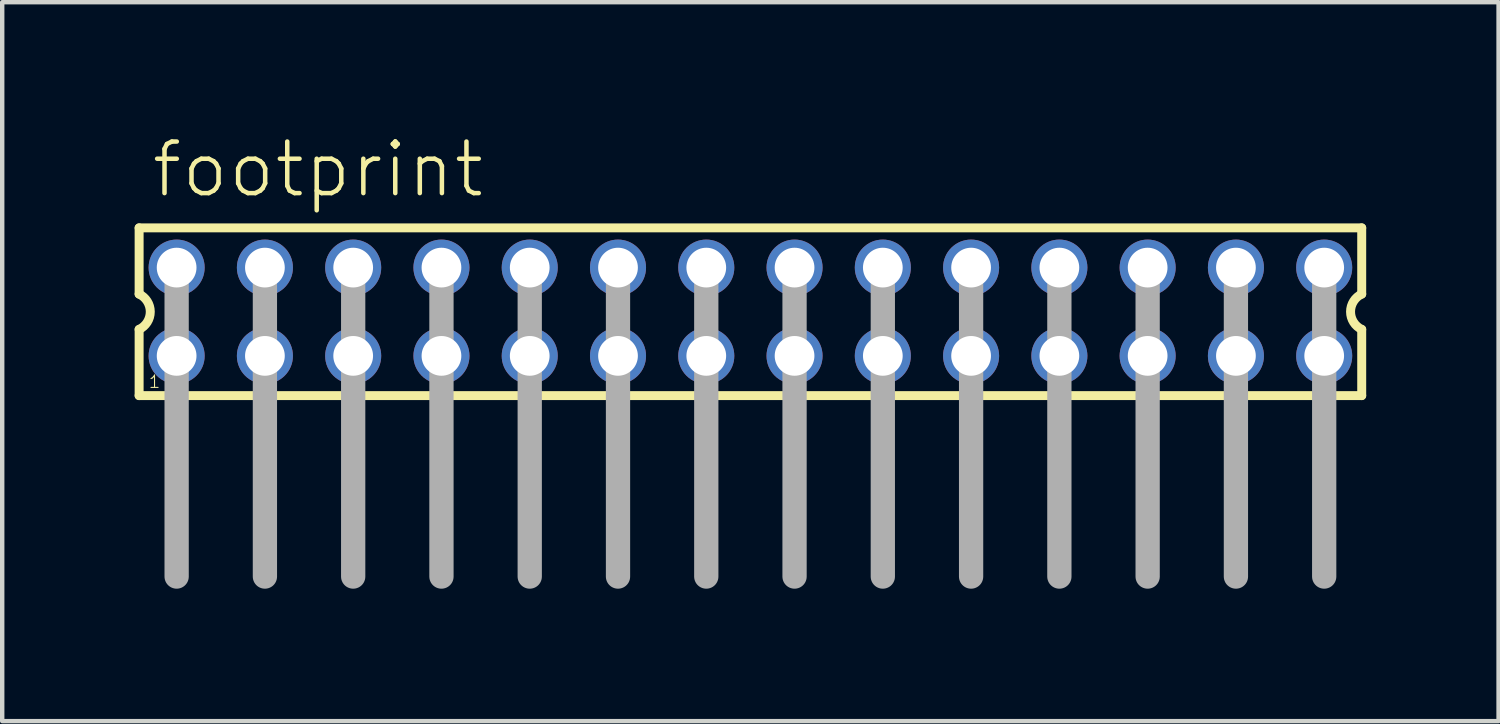
<source format=kicad_pcb>
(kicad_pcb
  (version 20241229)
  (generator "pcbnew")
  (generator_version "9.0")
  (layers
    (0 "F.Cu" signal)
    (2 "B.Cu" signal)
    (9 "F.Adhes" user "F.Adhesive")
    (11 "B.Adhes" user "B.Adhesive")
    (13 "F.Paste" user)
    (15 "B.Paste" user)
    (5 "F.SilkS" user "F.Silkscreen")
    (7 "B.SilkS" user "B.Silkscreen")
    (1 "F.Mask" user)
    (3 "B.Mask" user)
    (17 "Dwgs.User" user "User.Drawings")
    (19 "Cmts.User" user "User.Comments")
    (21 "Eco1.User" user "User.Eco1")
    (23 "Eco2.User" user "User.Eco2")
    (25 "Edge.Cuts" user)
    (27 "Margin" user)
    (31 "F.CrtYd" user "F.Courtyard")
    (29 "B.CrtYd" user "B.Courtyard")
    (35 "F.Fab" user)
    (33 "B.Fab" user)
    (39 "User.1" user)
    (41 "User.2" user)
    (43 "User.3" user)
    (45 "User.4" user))
  (footprint "footprint"
    (layer "F.Cu")
    (at 13.952 4.013)
    (property "Reference" "footprint" (at -13.62 -2.54 0) (layer "F.SilkS") (effects (font (size 1.168 1.168) (thickness 0.102)) (justify left bottom)))
    (fp_line (start -13.85 -1.9) (end -13.85 -0.4) (stroke (width 0.203) (type solid)) (layer "F.SilkS"))
    (fp_line (start -13.85 0.4) (end -13.85 1.9) (stroke (width 0.203) (type solid)) (layer "F.SilkS"))
    (fp_line (start -13.85 1.9) (end 13.85 1.9) (stroke (width 0.203) (type solid)) (layer "F.SilkS"))
    (fp_line (start 13.85 -1.9) (end -13.85 -1.9) (stroke (width 0.203) (type solid)) (layer "F.SilkS"))
    (fp_line (start 13.85 -0.4) (end 13.85 -1.9) (stroke (width 0.203) (type solid)) (layer "F.SilkS"))
    (fp_line (start 13.85 1.9) (end 13.85 0.4) (stroke (width 0.203) (type solid)) (layer "F.SilkS"))
    (fp_arc (start -13.85 -0.4) (mid -13.597167 0) (end -13.85 0.4) (stroke (width 0.2032) (type solid)) (layer "F.SilkS"))
    (fp_arc (start 13.85 0.4) (mid 13.597167 0) (end 13.85 -0.4) (stroke (width 0.2032) (type solid)) (layer "F.SilkS"))
    (fp_line (start -13 -1) (end -13 6) (stroke (width 0.55) (type solid)) (layer "F.Fab"))
    (fp_line (start -11 -1) (end -11 6) (stroke (width 0.55) (type solid)) (layer "F.Fab"))
    (fp_line (start -9 -1) (end -9 6) (stroke (width 0.55) (type solid)) (layer "F.Fab"))
    (fp_line (start -7 -1) (end -7 6) (stroke (width 0.55) (type solid)) (layer "F.Fab"))
    (fp_line (start -5 -1) (end -5 6) (stroke (width 0.55) (type solid)) (layer "F.Fab"))
    (fp_line (start -3 -1) (end -3 6) (stroke (width 0.55) (type solid)) (layer "F.Fab"))
    (fp_line (start -1 -1) (end -1 6) (stroke (width 0.55) (type solid)) (layer "F.Fab"))
    (fp_line (start 1 -1) (end 1 6) (stroke (width 0.55) (type solid)) (layer "F.Fab"))
    (fp_line (start 3 -1) (end 3 6) (stroke (width 0.55) (type solid)) (layer "F.Fab"))
    (fp_line (start 5 -1) (end 5 6) (stroke (width 0.55) (type solid)) (layer "F.Fab"))
    (fp_line (start 7 -1) (end 7 6) (stroke (width 0.55) (type solid)) (layer "F.Fab"))
    (fp_line (start 9 -1) (end 9 6) (stroke (width 0.55) (type solid)) (layer "F.Fab"))
    (fp_line (start 11 -1) (end 11 6) (stroke (width 0.55) (type solid)) (layer "F.Fab"))
    (fp_line (start 13 -1) (end 13 6) (stroke (width 0.55) (type solid)) (layer "F.Fab"))
    (fp_poly (pts (xy -13.25 -0.75) (xy -12.75 -0.75) (xy -12.75 -1.25) (xy -13.25 -1.25)) (stroke (width 0.1) (type solid)) (fill no) (layer "F.Fab"))
    (fp_poly (pts (xy -13.25 1.25) (xy -12.75 1.25) (xy -12.75 0.75) (xy -13.25 0.75)) (stroke (width 0.1) (type solid)) (fill no) (layer "F.Fab"))
    (fp_poly (pts (xy -11.25 -0.75) (xy -10.75 -0.75) (xy -10.75 -1.25) (xy -11.25 -1.25)) (stroke (width 0.1) (type solid)) (fill no) (layer "F.Fab"))
    (fp_poly (pts (xy -11.25 1.25) (xy -10.75 1.25) (xy -10.75 0.75) (xy -11.25 0.75)) (stroke (width 0.1) (type solid)) (fill no) (layer "F.Fab"))
    (fp_poly (pts (xy -9.25 -0.75) (xy -8.75 -0.75) (xy -8.75 -1.25) (xy -9.25 -1.25)) (stroke (width 0.1) (type solid)) (fill no) (layer "F.Fab"))
    (fp_poly (pts (xy -9.25 1.25) (xy -8.75 1.25) (xy -8.75 0.75) (xy -9.25 0.75)) (stroke (width 0.1) (type solid)) (fill no) (layer "F.Fab"))
    (fp_poly (pts (xy -7.25 -0.75) (xy -6.75 -0.75) (xy -6.75 -1.25) (xy -7.25 -1.25)) (stroke (width 0.1) (type solid)) (fill no) (layer "F.Fab"))
    (fp_poly (pts (xy -7.25 1.25) (xy -6.75 1.25) (xy -6.75 0.75) (xy -7.25 0.75)) (stroke (width 0.1) (type solid)) (fill no) (layer "F.Fab"))
    (fp_poly (pts (xy -5.25 -0.75) (xy -4.75 -0.75) (xy -4.75 -1.25) (xy -5.25 -1.25)) (stroke (width 0.1) (type solid)) (fill no) (layer "F.Fab"))
    (fp_poly (pts (xy -5.25 1.25) (xy -4.75 1.25) (xy -4.75 0.75) (xy -5.25 0.75)) (stroke (width 0.1) (type solid)) (fill no) (layer "F.Fab"))
    (fp_poly (pts (xy -3.25 -0.75) (xy -2.75 -0.75) (xy -2.75 -1.25) (xy -3.25 -1.25)) (stroke (width 0.1) (type solid)) (fill no) (layer "F.Fab"))
    (fp_poly (pts (xy -3.25 1.25) (xy -2.75 1.25) (xy -2.75 0.75) (xy -3.25 0.75)) (stroke (width 0.1) (type solid)) (fill no) (layer "F.Fab"))
    (fp_poly (pts (xy -1.25 -0.75) (xy -0.75 -0.75) (xy -0.75 -1.25) (xy -1.25 -1.25)) (stroke (width 0.1) (type solid)) (fill no) (layer "F.Fab"))
    (fp_poly (pts (xy -1.25 1.25) (xy -0.75 1.25) (xy -0.75 0.75) (xy -1.25 0.75)) (stroke (width 0.1) (type solid)) (fill no) (layer "F.Fab"))
    (fp_poly (pts (xy 0.75 -0.75) (xy 1.25 -0.75) (xy 1.25 -1.25) (xy 0.75 -1.25)) (stroke (width 0.1) (type solid)) (fill no) (layer "F.Fab"))
    (fp_poly (pts (xy 0.75 1.25) (xy 1.25 1.25) (xy 1.25 0.75) (xy 0.75 0.75)) (stroke (width 0.1) (type solid)) (fill no) (layer "F.Fab"))
    (fp_poly (pts (xy 2.75 -0.75) (xy 3.25 -0.75) (xy 3.25 -1.25) (xy 2.75 -1.25)) (stroke (width 0.1) (type solid)) (fill no) (layer "F.Fab"))
    (fp_poly (pts (xy 2.75 1.25) (xy 3.25 1.25) (xy 3.25 0.75) (xy 2.75 0.75)) (stroke (width 0.1) (type solid)) (fill no) (layer "F.Fab"))
    (fp_poly (pts (xy 4.75 -0.75) (xy 5.25 -0.75) (xy 5.25 -1.25) (xy 4.75 -1.25)) (stroke (width 0.1) (type solid)) (fill no) (layer "F.Fab"))
    (fp_poly (pts (xy 4.75 1.25) (xy 5.25 1.25) (xy 5.25 0.75) (xy 4.75 0.75)) (stroke (width 0.1) (type solid)) (fill no) (layer "F.Fab"))
    (fp_poly (pts (xy 6.75 -0.75) (xy 7.25 -0.75) (xy 7.25 -1.25) (xy 6.75 -1.25)) (stroke (width 0.1) (type solid)) (fill no) (layer "F.Fab"))
    (fp_poly (pts (xy 6.75 1.25) (xy 7.25 1.25) (xy 7.25 0.75) (xy 6.75 0.75)) (stroke (width 0.1) (type solid)) (fill no) (layer "F.Fab"))
    (fp_poly (pts (xy 8.75 -0.75) (xy 9.25 -0.75) (xy 9.25 -1.25) (xy 8.75 -1.25)) (stroke (width 0.1) (type solid)) (fill no) (layer "F.Fab"))
    (fp_poly (pts (xy 8.75 1.25) (xy 9.25 1.25) (xy 9.25 0.75) (xy 8.75 0.75)) (stroke (width 0.1) (type solid)) (fill no) (layer "F.Fab"))
    (fp_poly (pts (xy 10.75 -0.75) (xy 11.25 -0.75) (xy 11.25 -1.25) (xy 10.75 -1.25)) (stroke (width 0.1) (type solid)) (fill no) (layer "F.Fab"))
    (fp_poly (pts (xy 10.75 1.25) (xy 11.25 1.25) (xy 11.25 0.75) (xy 10.75 0.75)) (stroke (width 0.1) (type solid)) (fill no) (layer "F.Fab"))
    (fp_poly (pts (xy 12.75 -0.75) (xy 13.25 -0.75) (xy 13.25 -1.25) (xy 12.75 -1.25)) (stroke (width 0.1) (type solid)) (fill no) (layer "F.Fab"))
    (fp_poly (pts (xy 12.75 1.25) (xy 13.25 1.25) (xy 13.25 0.75) (xy 12.75 0.75)) (stroke (width 0.1) (type solid)) (fill no) (layer "F.Fab"))
    (fp_text user "1" (at -13.65 1.75 0) (layer "F.SilkS") (effects (font (size 0.28 0.28) (thickness 0.024)) (justify left bottom)))
    (pad "1" thru_hole circle (at -13 1) (size 1.27 1.27) (drill 0.9) (layers "*.Cu" "*.Mask"))
    (pad "2" thru_hole circle (at -13 -1) (size 1.27 1.27) (drill 0.9) (layers "*.Cu" "*.Mask"))
    (pad "3" thru_hole circle (at -11 1) (size 1.27 1.27) (drill 0.9) (layers "*.Cu" "*.Mask"))
    (pad "4" thru_hole circle (at -11 -1) (size 1.27 1.27) (drill 0.9) (layers "*.Cu" "*.Mask"))
    (pad "5" thru_hole circle (at -9 1) (size 1.27 1.27) (drill 0.9) (layers "*.Cu" "*.Mask"))
    (pad "6" thru_hole circle (at -9 -1) (size 1.27 1.27) (drill 0.9) (layers "*.Cu" "*.Mask"))
    (pad "7" thru_hole circle (at -7 1) (size 1.27 1.27) (drill 0.9) (layers "*.Cu" "*.Mask"))
    (pad "8" thru_hole circle (at -7 -1) (size 1.27 1.27) (drill 0.9) (layers "*.Cu" "*.Mask"))
    (pad "9" thru_hole circle (at -5 1) (size 1.27 1.27) (drill 0.9) (layers "*.Cu" "*.Mask"))
    (pad "10" thru_hole circle (at -5 -1) (size 1.27 1.27) (drill 0.9) (layers "*.Cu" "*.Mask"))
    (pad "11" thru_hole circle (at -3 1) (size 1.27 1.27) (drill 0.9) (layers "*.Cu" "*.Mask"))
    (pad "12" thru_hole circle (at -3 -1) (size 1.27 1.27) (drill 0.9) (layers "*.Cu" "*.Mask"))
    (pad "13" thru_hole circle (at -1 1) (size 1.27 1.27) (drill 0.9) (layers "*.Cu" "*.Mask"))
    (pad "14" thru_hole circle (at -1 -1) (size 1.27 1.27) (drill 0.9) (layers "*.Cu" "*.Mask"))
    (pad "15" thru_hole circle (at 1 1) (size 1.27 1.27) (drill 0.9) (layers "*.Cu" "*.Mask"))
    (pad "16" thru_hole circle (at 1 -1) (size 1.27 1.27) (drill 0.9) (layers "*.Cu" "*.Mask"))
    (pad "17" thru_hole circle (at 3 1) (size 1.27 1.27) (drill 0.9) (layers "*.Cu" "*.Mask"))
    (pad "18" thru_hole circle (at 3 -1) (size 1.27 1.27) (drill 0.9) (layers "*.Cu" "*.Mask"))
    (pad "19" thru_hole circle (at 5 1) (size 1.27 1.27) (drill 0.9) (layers "*.Cu" "*.Mask"))
    (pad "20" thru_hole circle (at 5 -1) (size 1.27 1.27) (drill 0.9) (layers "*.Cu" "*.Mask"))
    (pad "21" thru_hole circle (at 7 1) (size 1.27 1.27) (drill 0.9) (layers "*.Cu" "*.Mask"))
    (pad "22" thru_hole circle (at 7 -1) (size 1.27 1.27) (drill 0.9) (layers "*.Cu" "*.Mask"))
    (pad "23" thru_hole circle (at 9 1) (size 1.27 1.27) (drill 0.9) (layers "*.Cu" "*.Mask"))
    (pad "24" thru_hole circle (at 9 -1) (size 1.27 1.27) (drill 0.9) (layers "*.Cu" "*.Mask"))
    (pad "25" thru_hole circle (at 11 1) (size 1.27 1.27) (drill 0.9) (layers "*.Cu" "*.Mask"))
    (pad "26" thru_hole circle (at 11 -1) (size 1.27 1.27) (drill 0.9) (layers "*.Cu" "*.Mask"))
    (pad "27" thru_hole circle (at 13 1) (size 1.27 1.27) (drill 0.9) (layers "*.Cu" "*.Mask"))
    (pad "28" thru_hole circle (at 13 -1) (size 1.27 1.27) (drill 0.9) (layers "*.Cu" "*.Mask")))
  (gr_rect
    (start -3 -3)
    (end 30.903 13.288)
    (stroke (width 0.1) (type default))
    (fill no)
    (layer "Edge.Cuts")))
</source>
